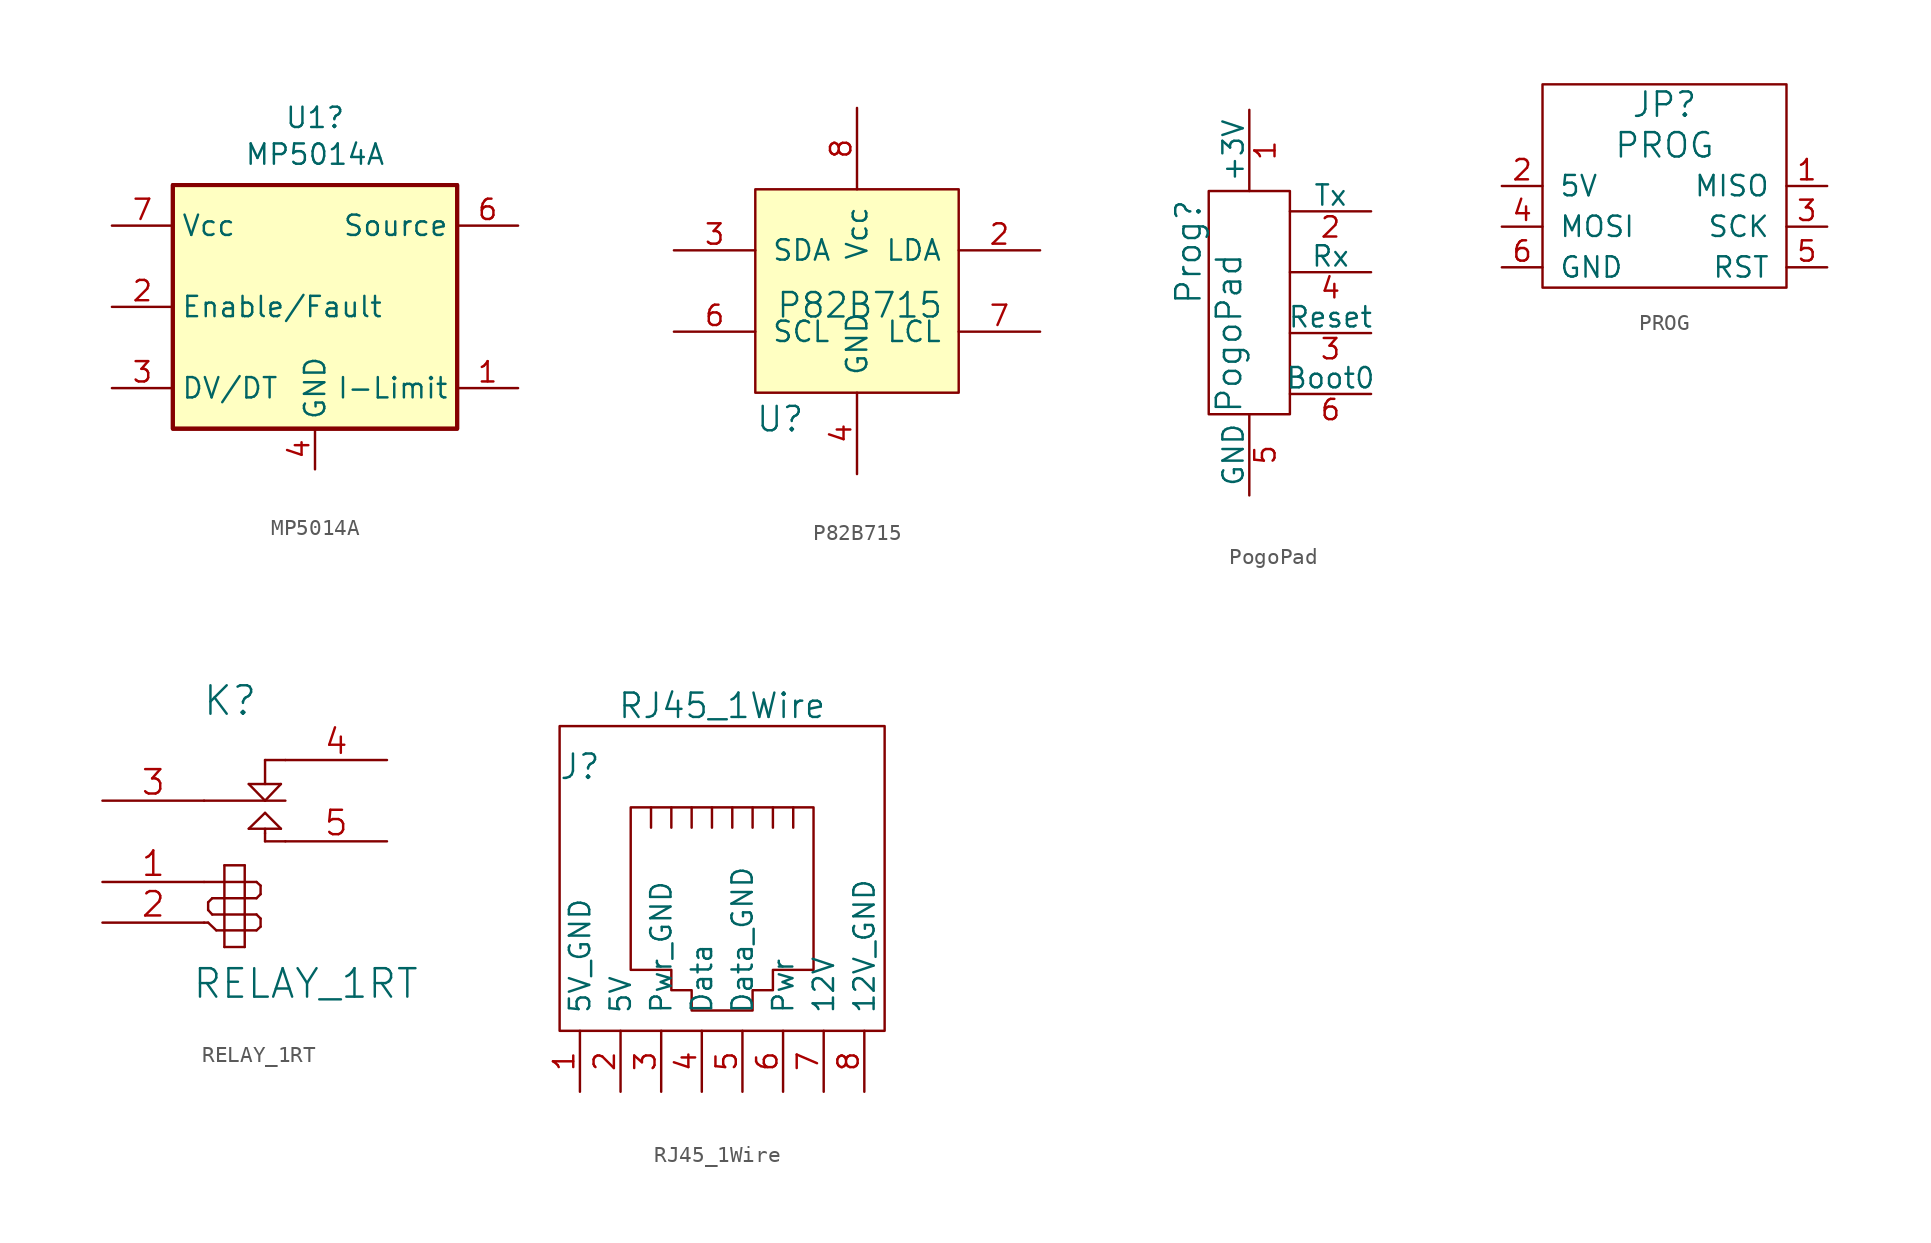
<source format=kicad_sym>
(kicad_symbol_lib
  (version 20220126)
  (generator kicad_symbol_editor)
  (symbol "MP5014A"
    (property "Reference" "U1"
      (at 0 11.83 0)
      (effects (font (size 1.27 1.27))))
    (property "Value" "MP5014A"
      (at 0 9.531 0)
      (effects (font (size 1.27 1.27))))
    (symbol "MP5014A_0_0"
      (pin power_in line (at 0 -10.16 90) (length 2.54) (name "GND" (effects (font (size 1.27 1.27)))) (number "4" (effects (font (size 1.27 1.27))))))
    (symbol "MP5014A_0_1"
      (rectangle (start -8.89 -7.62) (end 8.89 7.62) (stroke (width 0.254) (type default)) (fill (type background)))
      (rectangle (start -8.89 -7.62) (end 8.89 7.62) (stroke (width 0.254) (type default)) (fill (type background))))
    (symbol "MP5014A_1_1"
      (pin input line (at 12.7 -5.08 180) (length 3.81) (name "I-Limit" (effects (font (size 1.27 1.27)))) (number "1" (effects (font (size 1.27 1.27)))))
      (pin bidirectional line (at -12.7 0 0) (length 3.81) (name "Enable/Fault" (effects (font (size 1.27 1.27)))) (number "2" (effects (font (size 1.27 1.27)))))
      (pin unspecified line (at -12.7 -5.08 0) (length 3.81) (name "DV/DT" (effects (font (size 1.27 1.27)))) (number "3" (effects (font (size 1.27 1.27)))))
      (pin power_out line (at 12.7 5.08 180) (length 3.81) hide (name "Source" (effects (font (size 1.27 1.27)))) (number "5" (effects (font (size 1.27 1.27)))))
      (pin power_out line (at 12.7 5.08 180) (length 3.81) (name "Source" (effects (font (size 1.27 1.27)))) (number "6" (effects (font (size 1.27 1.27)))))
      (pin power_in line (at -12.7 5.08 0) (length 3.81) (name "Vcc" (effects (font (size 1.27 1.27)))) (number "7" (effects (font (size 1.27 1.27)))))
      (pin power_in line (at -12.7 5.08 0) (length 3.81) hide (name "Vcc" (effects (font (size 1.27 1.27)))) (number "8" (effects (font (size 1.27 1.27)))))))
  (symbol "P82B715"
    (pin_names
      (offset 1.016))
    (property "Reference" "U"
      (at -6.35 -8.89 0)
      (effects (font (size 1.524 1.524)) (justify left bottom)))
    (property "Value" "P82B715"
      (at -5.08 0 0)
      (effects (font (size 1.524 1.524)) (justify left top)))
    (symbol "P82B715_0_1"
      (rectangle (start -6.35 6.35) (end 6.35 -6.35) (stroke (width 0) (type default)) (fill (type background))))
    (symbol "P82B715_1_1"
      (pin bidirectional line (at 11.43 2.54 180) (length 5.08) (name "LDA" (effects (font (size 1.27 1.27)))) (number "2" (effects (font (size 1.27 1.27)))))
      (pin bidirectional line (at -11.43 2.54 0) (length 5.08) (name "SDA" (effects (font (size 1.27 1.27)))) (number "3" (effects (font (size 1.27 1.27)))))
      (pin power_in line (at 0 -11.43 90) (length 5.08) (name "GND" (effects (font (size 1.27 1.27)))) (number "4" (effects (font (size 1.27 1.27)))))
      (pin bidirectional line (at -11.43 -2.54 0) (length 5.08) (name "SCL" (effects (font (size 1.27 1.27)))) (number "6" (effects (font (size 1.27 1.27)))))
      (pin bidirectional line (at 11.43 -2.54 180) (length 5.08) (name "LCL" (effects (font (size 1.27 1.27)))) (number "7" (effects (font (size 1.27 1.27)))))
      (pin power_in line (at 0 11.43 270) (length 5.08) (name "Vcc" (effects (font (size 1.27 1.27)))) (number "8" (effects (font (size 1.27 1.27)))))))
  (symbol "PogoPad"
    (pin_names
      (offset 0))
    (property "Reference" "Prog"
      (at -3.81 2.54 90)
      (effects (font (size 1.524 1.524))))
    (property "Value" "PogoPad"
      (at -1.27 -7.62 90)
      (effects (font (size 1.524 1.524)) (justify left)))
    (symbol "PogoPad_0_1"
      (rectangle (start -2.54 -7.62) (end 2.54 6.35) (stroke (width 0) (type default)) (fill (type none))))
    (symbol "PogoPad_1_1"
      (pin power_out line (at 0 11.43 270) (length 5.08) (name "+3V" (effects (font (size 1.27 1.27)))) (number "1" (effects (font (size 1.27 1.27)))))
      (pin input line (at 7.62 5.08 180) (length 5.08) (name "Tx" (effects (font (size 1.27 1.27)))) (number "2" (effects (font (size 1.27 1.27)))))
      (pin output line (at 7.62 -2.54 180) (length 5.08) (name "Reset" (effects (font (size 1.27 1.27)))) (number "3" (effects (font (size 1.27 1.27)))))
      (pin output line (at 7.62 1.27 180) (length 5.08) (name "Rx" (effects (font (size 1.27 1.27)))) (number "4" (effects (font (size 1.27 1.27)))))
      (pin power_out line (at 0 -12.7 90) (length 5.08) (name "GND" (effects (font (size 1.27 1.27)))) (number "5" (effects (font (size 1.27 1.27)))))
      (pin output line (at 7.62 -6.35 180) (length 5.08) (name "Boot0" (effects (font (size 1.27 1.27)))) (number "6" (effects (font (size 1.27 1.27)))))))
  (symbol "PROG"
    (pin_names
      (offset 1.016))
    (property "Reference" "JP"
      (at 0 -1.27 0)
      (effects (font (size 1.524 1.524))))
    (property "Value" "PROG"
      (at 0 -3.81 0)
      (effects (font (size 1.524 1.524))))
    (symbol "PROG_0_1"
      (rectangle (start -7.62 0) (end 7.62 -12.7) (stroke (width 0) (type default)) (fill (type none))))
    (symbol "PROG_1_1"
      (pin input line (at 10.16 -6.35 180) (length 2.54) (name "MISO" (effects (font (size 1.27 1.27)))) (number "1" (effects (font (size 1.27 1.27)))))
      (pin power_out line (at -10.16 -6.35 0) (length 2.54) (name "5V" (effects (font (size 1.27 1.27)))) (number "2" (effects (font (size 1.27 1.27)))))
      (pin input line (at 10.16 -8.89 180) (length 2.54) (name "SCK" (effects (font (size 1.27 1.27)))) (number "3" (effects (font (size 1.27 1.27)))))
      (pin output line (at -10.16 -8.89 0) (length 2.54) (name "MOSI" (effects (font (size 1.27 1.27)))) (number "4" (effects (font (size 1.27 1.27)))))
      (pin input line (at 10.16 -11.43 180) (length 2.54) (name "RST" (effects (font (size 1.27 1.27)))) (number "5" (effects (font (size 1.27 1.27)))))
      (pin power_out line (at -10.16 -11.43 0) (length 2.54) (name "GND" (effects (font (size 1.27 1.27)))) (number "6" (effects (font (size 1.27 1.27)))))))
  (symbol "RELAY_1RT"
    (pin_names
      (offset 1.016) hide)
    (property "Reference" "K"
      (at -0.914 4.978 0)
      (effects (font (size 1.778 1.778))))
    (property "Value" "RELAY_1RT"
      (at 3.81 -12.7 0)
      (effects (font (size 1.778 1.778))))
    (symbol "RELAY_1RT_0_1"
      (polyline (pts (xy -2.54 -8.89) (xy -2.286 -8.89)) (stroke (width 0) (type default)) (fill (type none)))
      (polyline (pts (xy -2.54 -6.35) (xy -1.27 -6.35)) (stroke (width 0) (type default)) (fill (type none)))
      (polyline (pts (xy -2.54 -1.27) (xy 1.27 -1.27)) (stroke (width 0) (type default)) (fill (type none)))
      (polyline (pts (xy -2.286 -8.89) (xy -1.778 -9.373)) (stroke (width 0) (type default)) (fill (type none)))
      (polyline (pts (xy -2.286 -8.103) (xy -2.286 -7.62)) (stroke (width 0) (type default)) (fill (type none)))
      (polyline (pts (xy -2.032 -8.382) (xy -2.286 -8.103)) (stroke (width 0) (type default)) (fill (type none)))
      (polyline (pts (xy -2.032 -7.366) (xy -2.286 -7.62)) (stroke (width 0) (type default)) (fill (type none)))
      (polyline (pts (xy -1.778 -9.373) (xy -1.27 -9.373)) (stroke (width 0) (type default)) (fill (type none)))
      (polyline (pts (xy -1.27 -10.414) (xy -1.27 -5.309)) (stroke (width 0) (type default)) (fill (type none)))
      (polyline (pts (xy -1.27 -8.382) (xy -2.032 -8.382)) (stroke (width 0) (type default)) (fill (type none)))
      (polyline (pts (xy -1.27 -8.382) (xy 0 -8.382)) (stroke (width 0) (type default)) (fill (type none)))
      (polyline (pts (xy -1.27 -7.366) (xy -2.032 -7.366)) (stroke (width 0) (type default)) (fill (type none)))
      (polyline (pts (xy -1.27 -6.35) (xy 0 -6.35)) (stroke (width 0) (type default)) (fill (type none)))
      (polyline (pts (xy -1.27 -5.309) (xy 0 -5.309)) (stroke (width 0) (type default)) (fill (type none)))
      (polyline (pts (xy 0 -10.414) (xy -1.27 -10.414)) (stroke (width 0) (type default)) (fill (type none)))
      (polyline (pts (xy 0 -9.373) (xy -1.27 -9.373)) (stroke (width 0) (type default)) (fill (type none)))
      (polyline (pts (xy 0 -9.373) (xy 0.737 -9.373)) (stroke (width 0) (type default)) (fill (type none)))
      (polyline (pts (xy 0 -8.382) (xy 0.737 -8.382)) (stroke (width 0) (type default)) (fill (type none)))
      (polyline (pts (xy 0 -7.366) (xy -1.27 -7.366)) (stroke (width 0) (type default)) (fill (type none)))
      (polyline (pts (xy 0 -7.366) (xy 0.737 -7.366)) (stroke (width 0) (type default)) (fill (type none)))
      (polyline (pts (xy 0 -6.35) (xy 0.737 -6.35)) (stroke (width 0) (type default)) (fill (type none)))
      (polyline (pts (xy 0 -5.309) (xy 0 -10.414)) (stroke (width 0) (type default)) (fill (type none)))
      (polyline (pts (xy 0.254 -3.023) (xy 2.261 -3.023)) (stroke (width 0) (type default)) (fill (type none)))
      (polyline (pts (xy 0.254 -0.229) (xy 2.261 -0.229)) (stroke (width 0) (type default)) (fill (type none)))
      (polyline (pts (xy 0.737 -9.373) (xy 0.991 -9.144)) (stroke (width 0) (type default)) (fill (type none)))
      (polyline (pts (xy 0.737 -8.382) (xy 0.991 -8.636)) (stroke (width 0) (type default)) (fill (type none)))
      (polyline (pts (xy 0.737 -7.366) (xy 0.991 -7.112)) (stroke (width 0) (type default)) (fill (type none)))
      (polyline (pts (xy 0.737 -6.35) (xy 0.991 -6.579)) (stroke (width 0) (type default)) (fill (type none)))
      (polyline (pts (xy 0.991 -9.144) (xy 0.991 -8.636)) (stroke (width 0) (type default)) (fill (type none)))
      (polyline (pts (xy 0.991 -6.579) (xy 0.991 -7.112)) (stroke (width 0) (type default)) (fill (type none)))
      (polyline (pts (xy 1.27 -3.81) (xy 1.27 -3.302)) (stroke (width 0) (type default)) (fill (type none)))
      (polyline (pts (xy 1.27 -3.302) (xy 1.27 -3.023)) (stroke (width 0) (type default)) (fill (type none)))
      (polyline (pts (xy 1.27 -2.032) (xy 0.254 -3.023)) (stroke (width 0) (type default)) (fill (type none)))
      (polyline (pts (xy 1.27 -1.27) (xy 0.254 -0.229)) (stroke (width 0) (type default)) (fill (type none)))
      (polyline (pts (xy 1.27 -1.27) (xy 2.54 -1.27)) (stroke (width 0) (type default)) (fill (type none)))
      (polyline (pts (xy 1.27 1.27) (xy 1.27 -0.229)) (stroke (width 0) (type default)) (fill (type none)))
      (polyline (pts (xy 1.27 1.27) (xy 2.54 1.27)) (stroke (width 0) (type default)) (fill (type none)))
      (polyline (pts (xy 2.261 -3.023) (xy 1.27 -2.032)) (stroke (width 0) (type default)) (fill (type none)))
      (polyline (pts (xy 2.261 -0.229) (xy 1.27 -1.27)) (stroke (width 0) (type default)) (fill (type none)))
      (polyline (pts (xy 2.54 -3.81) (xy 1.27 -3.81)) (stroke (width 0) (type default)) (fill (type none))))
    (symbol "RELAY_1RT_1_1"
      (pin input line (at -8.89 -6.35 0) (length 6.35) (name "L1" (effects (font (size 1.524 1.524)))) (number "1" (effects (font (size 1.524 1.524)))))
      (pin input line (at -8.89 -8.89 0) (length 6.35) (name "L2" (effects (font (size 1.524 1.524)))) (number "2" (effects (font (size 1.524 1.524)))))
      (pin passive line (at -8.89 -1.27 0) (length 6.35) (name "in" (effects (font (size 1.524 1.524)))) (number "3" (effects (font (size 1.524 1.524)))))
      (pin passive line (at 8.89 1.27 180) (length 6.35) (name "closed" (effects (font (size 1.524 1.524)))) (number "4" (effects (font (size 1.524 1.524)))))
      (pin passive line (at 8.89 -3.81 180) (length 6.35) (name "open" (effects (font (size 1.524 1.524)))) (number "5" (effects (font (size 1.524 1.524)))))))
  (symbol "RJ45_1Wire"
    (pin_names
      (offset 1.016))
    (property "Reference" "J"
      (at -8.89 8.89 0)
      (effects (font (size 1.524 1.524))))
    (property "Value" "RJ45_1Wire"
      (at 0 12.7 0)
      (effects (font (size 1.524 1.524))))
    (symbol "RJ45_1Wire_0_1"
      (rectangle (start -10.16 -7.62) (end 10.16 11.43) (stroke (width 0) (type default)) (fill (type none)))
      (polyline (pts (xy -4.445 5.08) (xy -4.445 6.35) (xy -4.445 6.35)) (stroke (width 0) (type default)) (fill (type none)))
      (polyline (pts (xy -3.175 6.35) (xy -3.175 5.08) (xy -3.175 5.08)) (stroke (width 0) (type default)) (fill (type none)))
      (polyline (pts (xy -1.905 6.35) (xy -1.905 5.08) (xy -1.905 5.08)) (stroke (width 0) (type default)) (fill (type none)))
      (polyline (pts (xy -0.635 6.35) (xy -0.635 5.08) (xy -0.635 5.08)) (stroke (width 0) (type default)) (fill (type none)))
      (polyline (pts (xy 0.635 6.35) (xy 0.635 5.08) (xy 0.635 5.08)) (stroke (width 0) (type default)) (fill (type none)))
      (polyline (pts (xy 1.905 6.35) (xy 1.905 5.08) (xy 1.905 5.08)) (stroke (width 0) (type default)) (fill (type none)))
      (polyline (pts (xy 3.175 5.08) (xy 3.175 6.35) (xy 3.175 6.35)) (stroke (width 0) (type default)) (fill (type none)))
      (polyline (pts (xy 4.445 5.08) (xy 4.445 6.35) (xy 4.445 6.35)) (stroke (width 0) (type default)) (fill (type none)))
      (polyline (pts (xy -5.715 6.35) (xy 5.715 6.35) (xy 5.715 -3.81) (xy 3.175 -3.81) (xy 3.175 -5.08) (xy 1.905 -5.08) (xy 1.905 -6.35) (xy -1.905 -6.35) (xy -1.905 -5.08) (xy -3.175 -5.08) (xy -3.175 -3.81) (xy -5.715 -3.81) (xy -5.715 6.35) (xy -5.715 6.35)) (stroke (width 0) (type default)) (fill (type none))))
    (symbol "RJ45_1Wire_1_1"
      (pin passive line (at -8.89 -11.43 90) (length 3.81) (name "5V_GND" (effects (font (size 1.27 1.27)))) (number "1" (effects (font (size 1.27 1.27)))))
      (pin power_out line (at -6.35 -11.43 90) (length 3.81) (name "5V" (effects (font (size 1.27 1.27)))) (number "2" (effects (font (size 1.27 1.27)))))
      (pin passive line (at -3.81 -11.43 90) (length 3.81) (name "Pwr_GND" (effects (font (size 1.27 1.27)))) (number "3" (effects (font (size 1.27 1.27)))))
      (pin bidirectional line (at -1.27 -11.43 90) (length 3.81) (name "Data" (effects (font (size 1.27 1.27)))) (number "4" (effects (font (size 1.27 1.27)))))
      (pin passive line (at 1.27 -11.43 90) (length 3.81) (name "Data_GND" (effects (font (size 1.27 1.27)))) (number "5" (effects (font (size 1.27 1.27)))))
      (pin power_out line (at 3.81 -11.43 90) (length 3.81) (name "Pwr" (effects (font (size 1.27 1.27)))) (number "6" (effects (font (size 1.27 1.27)))))
      (pin power_out line (at 6.35 -11.43 90) (length 3.81) (name "12V" (effects (font (size 1.27 1.27)))) (number "7" (effects (font (size 1.27 1.27)))))
      (pin passive line (at 8.89 -11.43 90) (length 3.81) (name "12V_GND" (effects (font (size 1.27 1.27)))) (number "8" (effects (font (size 1.27 1.27))))))))
</source>
